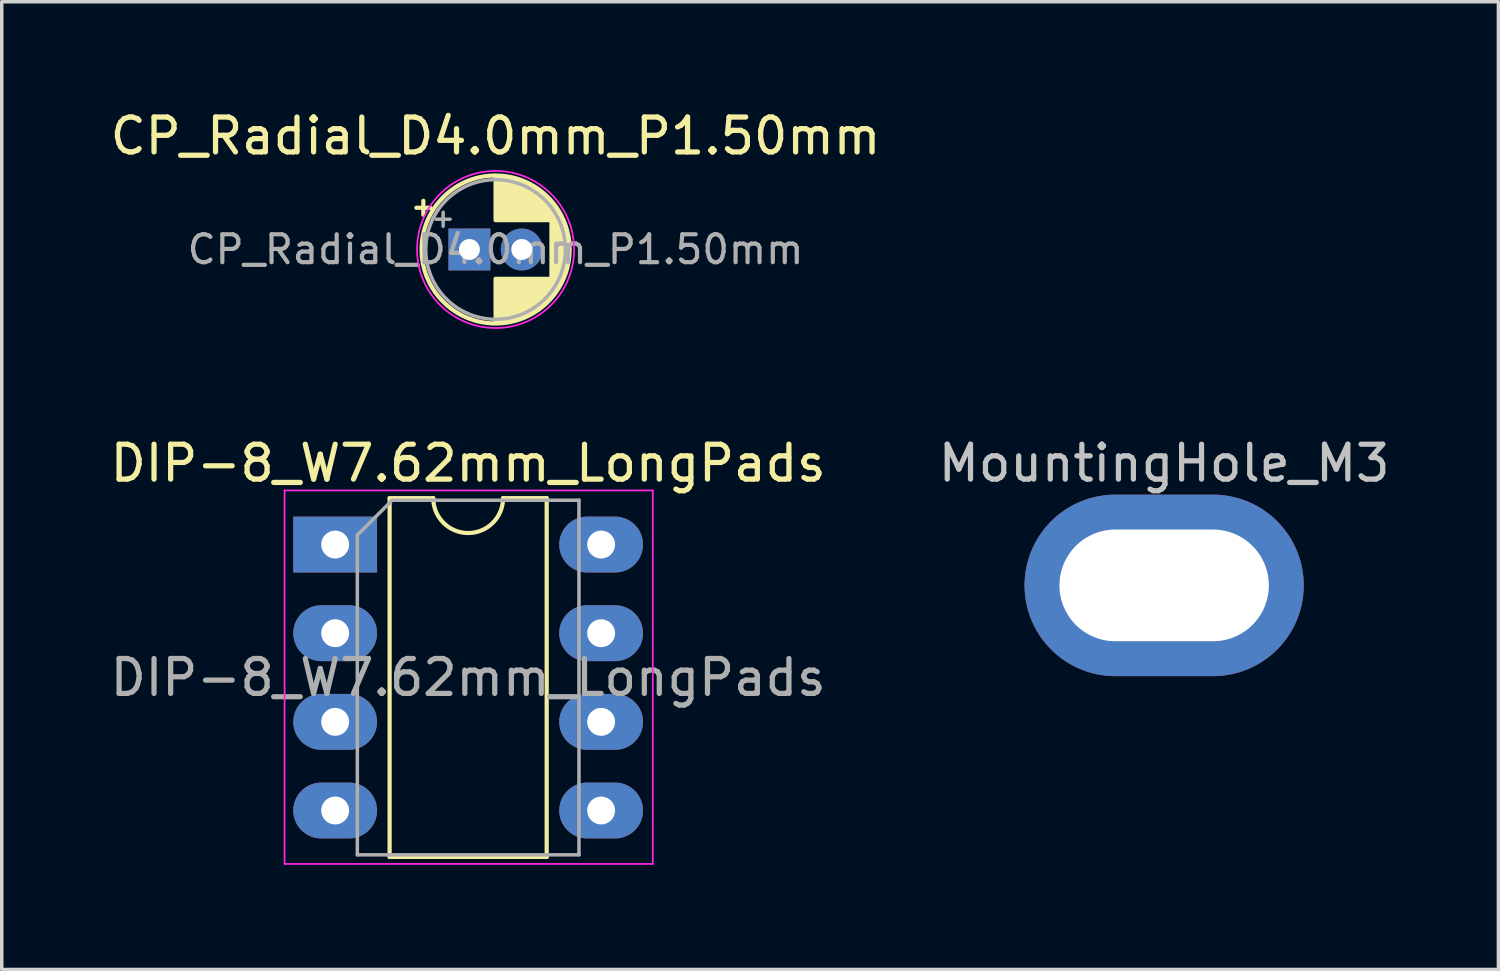
<source format=kicad_pcb>
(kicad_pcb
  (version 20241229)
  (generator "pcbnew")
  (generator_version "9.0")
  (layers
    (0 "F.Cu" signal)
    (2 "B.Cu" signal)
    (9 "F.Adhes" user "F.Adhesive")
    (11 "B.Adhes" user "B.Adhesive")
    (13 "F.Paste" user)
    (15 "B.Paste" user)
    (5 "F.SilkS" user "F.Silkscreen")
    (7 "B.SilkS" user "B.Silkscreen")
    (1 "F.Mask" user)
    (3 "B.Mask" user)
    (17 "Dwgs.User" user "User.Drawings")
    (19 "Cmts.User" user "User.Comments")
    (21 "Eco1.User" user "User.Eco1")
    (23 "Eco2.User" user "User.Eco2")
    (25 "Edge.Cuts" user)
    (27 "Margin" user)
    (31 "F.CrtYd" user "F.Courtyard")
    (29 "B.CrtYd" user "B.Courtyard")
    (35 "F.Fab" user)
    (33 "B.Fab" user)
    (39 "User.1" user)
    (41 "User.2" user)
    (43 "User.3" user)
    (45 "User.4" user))
  (footprint "MountingHole_M3"
    (layer "F.Cu")
    (at 30.304 13.722)
    (property "Reference" "MountingHole_M3" (at 0 -3.5 0) (layer "Dwgs.User") (effects (font (size 1 1) (thickness 0.15))))
    (attr through_hole)
    (pad "" thru_hole oval (at 0 0) (size 8 5.2) (drill oval 6 3.2) (layers "*.Cu" "*.Mask")))
  (footprint "DIP-8_W7.62mm_LongPads"
    (layer "F.Cu")
    (at 6.553 12.552)
    (property "Reference" "DIP-8_W7.62mm_LongPads" (at 3.81 -2.33 0) (layer "F.SilkS") (effects (font (size 1 1) (thickness 0.15))))
    (attr through_hole)
    (fp_line (start 1.56 -1.33) (end 1.56 8.95) (stroke (width 0.12) (type solid)) (layer "F.SilkS"))
    (fp_line (start 1.56 8.95) (end 6.06 8.95) (stroke (width 0.12) (type solid)) (layer "F.SilkS"))
    (fp_line (start 2.81 -1.33) (end 1.56 -1.33) (stroke (width 0.12) (type solid)) (layer "F.SilkS"))
    (fp_line (start 6.06 -1.33) (end 4.81 -1.33) (stroke (width 0.12) (type solid)) (layer "F.SilkS"))
    (fp_line (start 6.06 8.95) (end 6.06 -1.33) (stroke (width 0.12) (type solid)) (layer "F.SilkS"))
    (fp_arc (start 4.81 -1.33) (mid 3.81 -0.33) (end 2.81 -1.33) (stroke (width 0.12) (type solid)) (layer "F.SilkS"))
    (fp_line (start -1.45 -1.55) (end -1.45 9.15) (stroke (width 0.05) (type solid)) (layer "F.CrtYd"))
    (fp_line (start -1.45 9.15) (end 9.1 9.15) (stroke (width 0.05) (type solid)) (layer "F.CrtYd"))
    (fp_line (start 9.1 -1.55) (end -1.45 -1.55) (stroke (width 0.05) (type solid)) (layer "F.CrtYd"))
    (fp_line (start 9.1 9.15) (end 9.1 -1.55) (stroke (width 0.05) (type solid)) (layer "F.CrtYd"))
    (fp_line (start 0.635 -0.27) (end 1.635 -1.27) (stroke (width 0.1) (type solid)) (layer "F.Fab"))
    (fp_line (start 0.635 8.89) (end 0.635 -0.27) (stroke (width 0.1) (type solid)) (layer "F.Fab"))
    (fp_line (start 1.635 -1.27) (end 6.985 -1.27) (stroke (width 0.1) (type solid)) (layer "F.Fab"))
    (fp_line (start 6.985 -1.27) (end 6.985 8.89) (stroke (width 0.1) (type solid)) (layer "F.Fab"))
    (fp_line (start 6.985 8.89) (end 0.635 8.89) (stroke (width 0.1) (type solid)) (layer "F.Fab"))
    (fp_text user "${REFERENCE}" (at 3.81 3.81 0) (layer "F.Fab") (effects (font (size 1 1) (thickness 0.15))))
    (pad "1" thru_hole rect (at 0 0) (size 2.4 1.6) (drill 0.8) (layers "*.Cu" "*.Mask"))
    (pad "2" thru_hole oval (at 0 2.54) (size 2.4 1.6) (drill 0.8) (layers "*.Cu" "*.Mask"))
    (pad "3" thru_hole oval (at 0 5.08) (size 2.4 1.6) (drill 0.8) (layers "*.Cu" "*.Mask"))
    (pad "4" thru_hole oval (at 0 7.62) (size 2.4 1.6) (drill 0.8) (layers "*.Cu" "*.Mask"))
    (pad "5" thru_hole oval (at 7.62 7.62) (size 2.4 1.6) (drill 0.8) (layers "*.Cu" "*.Mask"))
    (pad "6" thru_hole oval (at 7.62 5.08) (size 2.4 1.6) (drill 0.8) (layers "*.Cu" "*.Mask"))
    (pad "7" thru_hole oval (at 7.62 2.54) (size 2.4 1.6) (drill 0.8) (layers "*.Cu" "*.Mask"))
    (pad "8" thru_hole oval (at 7.62 0) (size 2.4 1.6) (drill 0.8) (layers "*.Cu" "*.Mask")))
  (footprint "CP_Radial_D4.0mm_P1.50mm"
    (layer "F.Cu")
    (at 10.399 4.098)
    (property "Reference" "CP_Radial_D4.0mm_P1.50mm" (at 0.75 -3.25 0) (layer "F.SilkS") (effects (font (size 1 1) (thickness 0.15))))
    (attr through_hole)
    (fp_line (start -1.52 -1.195) (end -1.12 -1.195) (stroke (width 0.12) (type solid)) (layer "F.SilkS"))
    (fp_line (start -1.32 -1.395) (end -1.32 -0.995) (stroke (width 0.12) (type solid)) (layer "F.SilkS"))
    (fp_line (start 0.75 -2.08) (end 0.75 -0.84) (stroke (width 0.12) (type solid)) (layer "F.SilkS"))
    (fp_line (start 0.75 0.84) (end 0.75 2.08) (stroke (width 0.12) (type solid)) (layer "F.SilkS"))
    (fp_line (start 0.79 -2.08) (end 0.79 -0.84) (stroke (width 0.12) (type solid)) (layer "F.SilkS"))
    (fp_line (start 0.79 0.84) (end 0.79 2.08) (stroke (width 0.12) (type solid)) (layer "F.SilkS"))
    (fp_line (start 0.83 -2.079) (end 0.83 -0.84) (stroke (width 0.12) (type solid)) (layer "F.SilkS"))
    (fp_line (start 0.83 0.84) (end 0.83 2.079) (stroke (width 0.12) (type solid)) (layer "F.SilkS"))
    (fp_line (start 0.87 -2.077) (end 0.87 -0.84) (stroke (width 0.12) (type solid)) (layer "F.SilkS"))
    (fp_line (start 0.87 0.84) (end 0.87 2.077) (stroke (width 0.12) (type solid)) (layer "F.SilkS"))
    (fp_line (start 0.91 -2.074) (end 0.91 -0.84) (stroke (width 0.12) (type solid)) (layer "F.SilkS"))
    (fp_line (start 0.91 0.84) (end 0.91 2.074) (stroke (width 0.12) (type solid)) (layer "F.SilkS"))
    (fp_line (start 0.95 -2.071) (end 0.95 -0.84) (stroke (width 0.12) (type solid)) (layer "F.SilkS"))
    (fp_line (start 0.95 0.84) (end 0.95 2.071) (stroke (width 0.12) (type solid)) (layer "F.SilkS"))
    (fp_line (start 0.99 -2.067) (end 0.99 -0.84) (stroke (width 0.12) (type solid)) (layer "F.SilkS"))
    (fp_line (start 0.99 0.84) (end 0.99 2.067) (stroke (width 0.12) (type solid)) (layer "F.SilkS"))
    (fp_line (start 1.03 -2.062) (end 1.03 -0.84) (stroke (width 0.12) (type solid)) (layer "F.SilkS"))
    (fp_line (start 1.03 0.84) (end 1.03 2.062) (stroke (width 0.12) (type solid)) (layer "F.SilkS"))
    (fp_line (start 1.07 -2.056) (end 1.07 -0.84) (stroke (width 0.12) (type solid)) (layer "F.SilkS"))
    (fp_line (start 1.07 0.84) (end 1.07 2.056) (stroke (width 0.12) (type solid)) (layer "F.SilkS"))
    (fp_line (start 1.11 -2.05) (end 1.11 -0.84) (stroke (width 0.12) (type solid)) (layer "F.SilkS"))
    (fp_line (start 1.11 0.84) (end 1.11 2.05) (stroke (width 0.12) (type solid)) (layer "F.SilkS"))
    (fp_line (start 1.15 -2.042) (end 1.15 -0.84) (stroke (width 0.12) (type solid)) (layer "F.SilkS"))
    (fp_line (start 1.15 0.84) (end 1.15 2.042) (stroke (width 0.12) (type solid)) (layer "F.SilkS"))
    (fp_line (start 1.19 -2.034) (end 1.19 -0.84) (stroke (width 0.12) (type solid)) (layer "F.SilkS"))
    (fp_line (start 1.19 0.84) (end 1.19 2.034) (stroke (width 0.12) (type solid)) (layer "F.SilkS"))
    (fp_line (start 1.23 -2.025) (end 1.23 -0.84) (stroke (width 0.12) (type solid)) (layer "F.SilkS"))
    (fp_line (start 1.23 0.84) (end 1.23 2.025) (stroke (width 0.12) (type solid)) (layer "F.SilkS"))
    (fp_line (start 1.27 -2.016) (end 1.27 -0.84) (stroke (width 0.12) (type solid)) (layer "F.SilkS"))
    (fp_line (start 1.27 0.84) (end 1.27 2.016) (stroke (width 0.12) (type solid)) (layer "F.SilkS"))
    (fp_line (start 1.31 -2.005) (end 1.31 -0.84) (stroke (width 0.12) (type solid)) (layer "F.SilkS"))
    (fp_line (start 1.31 0.84) (end 1.31 2.005) (stroke (width 0.12) (type solid)) (layer "F.SilkS"))
    (fp_line (start 1.35 -1.994) (end 1.35 -0.84) (stroke (width 0.12) (type solid)) (layer "F.SilkS"))
    (fp_line (start 1.35 0.84) (end 1.35 1.994) (stroke (width 0.12) (type solid)) (layer "F.SilkS"))
    (fp_line (start 1.39 -1.982) (end 1.39 -0.84) (stroke (width 0.12) (type solid)) (layer "F.SilkS"))
    (fp_line (start 1.39 0.84) (end 1.39 1.982) (stroke (width 0.12) (type solid)) (layer "F.SilkS"))
    (fp_line (start 1.43 -1.968) (end 1.43 -0.84) (stroke (width 0.12) (type solid)) (layer "F.SilkS"))
    (fp_line (start 1.43 0.84) (end 1.43 1.968) (stroke (width 0.12) (type solid)) (layer "F.SilkS"))
    (fp_line (start 1.471 -1.954) (end 1.471 -0.84) (stroke (width 0.12) (type solid)) (layer "F.SilkS"))
    (fp_line (start 1.471 0.84) (end 1.471 1.954) (stroke (width 0.12) (type solid)) (layer "F.SilkS"))
    (fp_line (start 1.511 -1.94) (end 1.511 -0.84) (stroke (width 0.12) (type solid)) (layer "F.SilkS"))
    (fp_line (start 1.511 0.84) (end 1.511 1.94) (stroke (width 0.12) (type solid)) (layer "F.SilkS"))
    (fp_line (start 1.551 -1.924) (end 1.551 -0.84) (stroke (width 0.12) (type solid)) (layer "F.SilkS"))
    (fp_line (start 1.551 0.84) (end 1.551 1.924) (stroke (width 0.12) (type solid)) (layer "F.SilkS"))
    (fp_line (start 1.591 -1.907) (end 1.591 -0.84) (stroke (width 0.12) (type solid)) (layer "F.SilkS"))
    (fp_line (start 1.591 0.84) (end 1.591 1.907) (stroke (width 0.12) (type solid)) (layer "F.SilkS"))
    (fp_line (start 1.631 -1.889) (end 1.631 -0.84) (stroke (width 0.12) (type solid)) (layer "F.SilkS"))
    (fp_line (start 1.631 0.84) (end 1.631 1.889) (stroke (width 0.12) (type solid)) (layer "F.SilkS"))
    (fp_line (start 1.671 -1.87) (end 1.671 -0.84) (stroke (width 0.12) (type solid)) (layer "F.SilkS"))
    (fp_line (start 1.671 0.84) (end 1.671 1.87) (stroke (width 0.12) (type solid)) (layer "F.SilkS"))
    (fp_line (start 1.711 -1.851) (end 1.711 -0.84) (stroke (width 0.12) (type solid)) (layer "F.SilkS"))
    (fp_line (start 1.711 0.84) (end 1.711 1.851) (stroke (width 0.12) (type solid)) (layer "F.SilkS"))
    (fp_line (start 1.751 -1.83) (end 1.751 -0.84) (stroke (width 0.12) (type solid)) (layer "F.SilkS"))
    (fp_line (start 1.751 0.84) (end 1.751 1.83) (stroke (width 0.12) (type solid)) (layer "F.SilkS"))
    (fp_line (start 1.791 -1.808) (end 1.791 -0.84) (stroke (width 0.12) (type solid)) (layer "F.SilkS"))
    (fp_line (start 1.791 0.84) (end 1.791 1.808) (stroke (width 0.12) (type solid)) (layer "F.SilkS"))
    (fp_line (start 1.831 -1.785) (end 1.831 -0.84) (stroke (width 0.12) (type solid)) (layer "F.SilkS"))
    (fp_line (start 1.831 0.84) (end 1.831 1.785) (stroke (width 0.12) (type solid)) (layer "F.SilkS"))
    (fp_line (start 1.871 -1.76) (end 1.871 -0.84) (stroke (width 0.12) (type solid)) (layer "F.SilkS"))
    (fp_line (start 1.871 0.84) (end 1.871 1.76) (stroke (width 0.12) (type solid)) (layer "F.SilkS"))
    (fp_line (start 1.911 -1.735) (end 1.911 -0.84) (stroke (width 0.12) (type solid)) (layer "F.SilkS"))
    (fp_line (start 1.911 0.84) (end 1.911 1.735) (stroke (width 0.12) (type solid)) (layer "F.SilkS"))
    (fp_line (start 1.951 -1.708) (end 1.951 -0.84) (stroke (width 0.12) (type solid)) (layer "F.SilkS"))
    (fp_line (start 1.951 0.84) (end 1.951 1.708) (stroke (width 0.12) (type solid)) (layer "F.SilkS"))
    (fp_line (start 1.991 -1.68) (end 1.991 -0.84) (stroke (width 0.12) (type solid)) (layer "F.SilkS"))
    (fp_line (start 1.991 0.84) (end 1.991 1.68) (stroke (width 0.12) (type solid)) (layer "F.SilkS"))
    (fp_line (start 2.031 -1.65) (end 2.031 -0.84) (stroke (width 0.12) (type solid)) (layer "F.SilkS"))
    (fp_line (start 2.031 0.84) (end 2.031 1.65) (stroke (width 0.12) (type solid)) (layer "F.SilkS"))
    (fp_line (start 2.071 -1.619) (end 2.071 -0.84) (stroke (width 0.12) (type solid)) (layer "F.SilkS"))
    (fp_line (start 2.071 0.84) (end 2.071 1.619) (stroke (width 0.12) (type solid)) (layer "F.SilkS"))
    (fp_line (start 2.111 -1.587) (end 2.111 -0.84) (stroke (width 0.12) (type solid)) (layer "F.SilkS"))
    (fp_line (start 2.111 0.84) (end 2.111 1.587) (stroke (width 0.12) (type solid)) (layer "F.SilkS"))
    (fp_line (start 2.151 -1.552) (end 2.151 -0.84) (stroke (width 0.12) (type solid)) (layer "F.SilkS"))
    (fp_line (start 2.151 0.84) (end 2.151 1.552) (stroke (width 0.12) (type solid)) (layer "F.SilkS"))
    (fp_line (start 2.191 -1.516) (end 2.191 -0.84) (stroke (width 0.12) (type solid)) (layer "F.SilkS"))
    (fp_line (start 2.191 0.84) (end 2.191 1.516) (stroke (width 0.12) (type solid)) (layer "F.SilkS"))
    (fp_line (start 2.231 -1.478) (end 2.231 -0.84) (stroke (width 0.12) (type solid)) (layer "F.SilkS"))
    (fp_line (start 2.231 0.84) (end 2.231 1.478) (stroke (width 0.12) (type solid)) (layer "F.SilkS"))
    (fp_line (start 2.271 -1.438) (end 2.271 -0.84) (stroke (width 0.12) (type solid)) (layer "F.SilkS"))
    (fp_line (start 2.271 0.84) (end 2.271 1.438) (stroke (width 0.12) (type solid)) (layer "F.SilkS"))
    (fp_line (start 2.311 -1.396) (end 2.311 -0.84) (stroke (width 0.12) (type solid)) (layer "F.SilkS"))
    (fp_line (start 2.311 0.84) (end 2.311 1.396) (stroke (width 0.12) (type solid)) (layer "F.SilkS"))
    (fp_line (start 2.351 -1.351) (end 2.351 1.351) (stroke (width 0.12) (type solid)) (layer "F.SilkS"))
    (fp_line (start 2.391 -1.304) (end 2.391 1.304) (stroke (width 0.12) (type solid)) (layer "F.SilkS"))
    (fp_line (start 2.431 -1.254) (end 2.431 1.254) (stroke (width 0.12) (type solid)) (layer "F.SilkS"))
    (fp_line (start 2.471 -1.2) (end 2.471 1.2) (stroke (width 0.12) (type solid)) (layer "F.SilkS"))
    (fp_line (start 2.511 -1.142) (end 2.511 1.142) (stroke (width 0.12) (type solid)) (layer "F.SilkS"))
    (fp_line (start 2.551 -1.08) (end 2.551 1.08) (stroke (width 0.12) (type solid)) (layer "F.SilkS"))
    (fp_line (start 2.591 -1.013) (end 2.591 1.013) (stroke (width 0.12) (type solid)) (layer "F.SilkS"))
    (fp_line (start 2.631 -0.94) (end 2.631 0.94) (stroke (width 0.12) (type solid)) (layer "F.SilkS"))
    (fp_line (start 2.671 -0.859) (end 2.671 0.859) (stroke (width 0.12) (type solid)) (layer "F.SilkS"))
    (fp_line (start 2.711 -0.768) (end 2.711 0.768) (stroke (width 0.12) (type solid)) (layer "F.SilkS"))
    (fp_line (start 2.751 -0.664) (end 2.751 0.664) (stroke (width 0.12) (type solid)) (layer "F.SilkS"))
    (fp_line (start 2.791 -0.537) (end 2.791 0.537) (stroke (width 0.12) (type solid)) (layer "F.SilkS"))
    (fp_line (start 2.831 -0.37) (end 2.831 0.37) (stroke (width 0.12) (type solid)) (layer "F.SilkS"))
    (fp_circle (center 0.75 0) (end 2.87 0) (stroke (width 0.12) (type solid)) (fill no) (layer "F.SilkS"))
    (fp_circle (center 0.75 0) (end 3 0) (stroke (width 0.05) (type solid)) (fill no) (layer "F.CrtYd"))
    (fp_line (start -0.953 -0.868) (end -0.553 -0.868) (stroke (width 0.1) (type solid)) (layer "F.Fab"))
    (fp_line (start -0.753 -1.067) (end -0.753 -0.667) (stroke (width 0.1) (type solid)) (layer "F.Fab"))
    (fp_circle (center 0.75 0) (end 2.75 0) (stroke (width 0.1) (type solid)) (fill no) (layer "F.Fab"))
    (fp_text user "${REFERENCE}" (at 0.75 0 0) (layer "F.Fab") (effects (font (size 0.8 0.8) (thickness 0.12))))
    (pad "1" thru_hole rect (at 0 0) (size 1.2 1.2) (drill 0.6) (layers "*.Cu" "*.Mask"))
    (pad "2" thru_hole circle (at 1.5 0) (size 1.2 1.2) (drill 0.6) (layers "*.Cu" "*.Mask")))
  (gr_rect
    (start -3 -3)
    (end 39.881 24.727)
    (stroke (width 0.1) (type default))
    (fill no)
    (layer "Edge.Cuts")))
</source>
